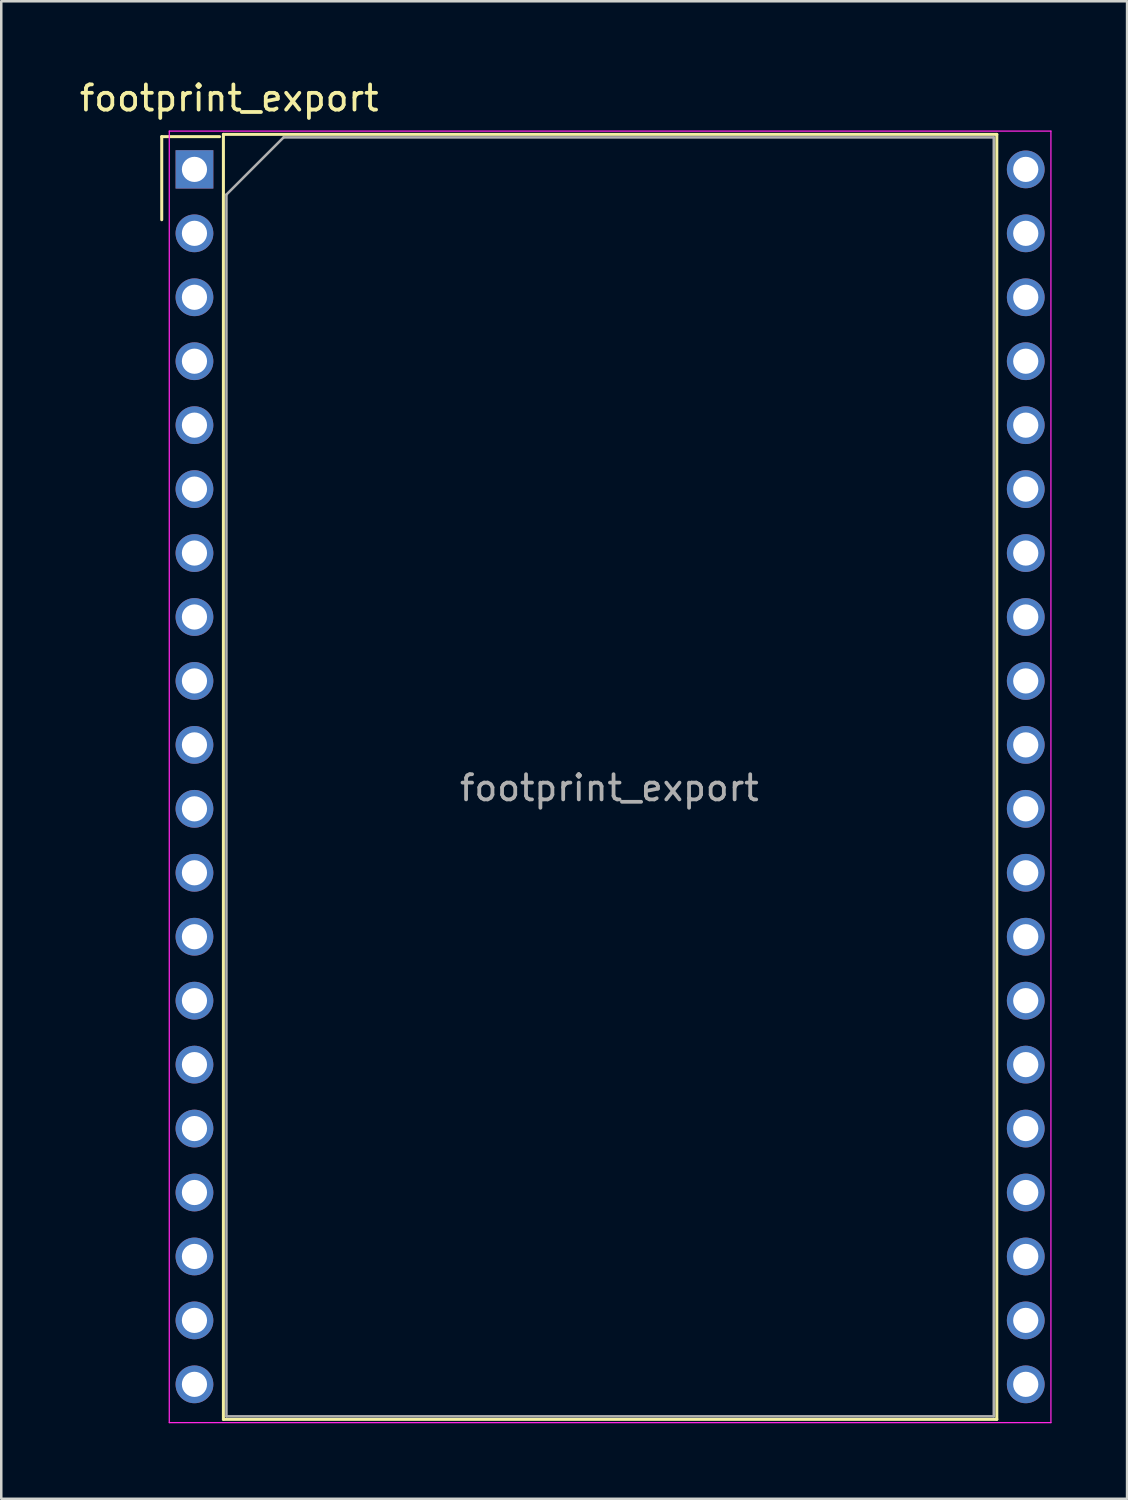
<source format=kicad_pcb>
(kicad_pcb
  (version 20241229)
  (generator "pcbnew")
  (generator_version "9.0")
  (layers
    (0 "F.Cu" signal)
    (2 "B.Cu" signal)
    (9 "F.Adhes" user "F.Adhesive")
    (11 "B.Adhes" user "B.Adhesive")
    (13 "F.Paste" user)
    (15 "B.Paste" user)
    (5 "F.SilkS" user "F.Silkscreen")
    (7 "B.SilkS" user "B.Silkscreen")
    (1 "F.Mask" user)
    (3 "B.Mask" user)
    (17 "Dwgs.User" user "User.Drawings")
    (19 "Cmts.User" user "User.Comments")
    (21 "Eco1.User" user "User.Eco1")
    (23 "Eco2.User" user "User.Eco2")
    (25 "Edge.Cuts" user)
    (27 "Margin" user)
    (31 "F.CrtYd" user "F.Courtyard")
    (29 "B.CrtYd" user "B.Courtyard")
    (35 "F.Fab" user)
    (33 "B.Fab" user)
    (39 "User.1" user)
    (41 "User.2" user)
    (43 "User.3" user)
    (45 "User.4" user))
  (footprint "footprint_export"
    (layer "F.Cu")
    (at 4.674 3.678)
    (property "Reference" "footprint_export" (at 1.38 -2.83 0) (layer "F.SilkS") (effects (font (size 1 1) (thickness 0.15))))
    (attr through_hole)
    (fp_line (start -1.3 -1.3) (end -1.3 2) (stroke (width 0.12) (type solid)) (layer "F.SilkS"))
    (fp_line (start -1.3 -1.3) (end 1 -1.3) (stroke (width 0.12) (type solid)) (layer "F.SilkS"))
    (fp_line (start 1.15 -1.39) (end 31.87 -1.39) (stroke (width 0.12) (type solid)) (layer "F.SilkS"))
    (fp_line (start 1.15 49.65) (end 1.15 -1.39) (stroke (width 0.12) (type solid)) (layer "F.SilkS"))
    (fp_line (start 31.87 -1.39) (end 31.87 49.65) (stroke (width 0.12) (type solid)) (layer "F.SilkS"))
    (fp_line (start 31.87 49.65) (end 1.15 49.65) (stroke (width 0.12) (type solid)) (layer "F.SilkS"))
    (fp_line (start -1 -1.52) (end 34.02 -1.52) (stroke (width 0.05) (type solid)) (layer "F.CrtYd"))
    (fp_line (start -1 49.78) (end -1 -1.52) (stroke (width 0.05) (type solid)) (layer "F.CrtYd"))
    (fp_line (start 34.02 -1.52) (end 34.02 49.78) (stroke (width 0.05) (type solid)) (layer "F.CrtYd"))
    (fp_line (start 34.02 49.78) (end -1 49.78) (stroke (width 0.05) (type solid)) (layer "F.CrtYd"))
    (fp_line (start 1.27 1) (end 3.54 -1.27) (stroke (width 0.1) (type solid)) (layer "F.Fab"))
    (fp_line (start 1.27 49.53) (end 1.27 1) (stroke (width 0.1) (type solid)) (layer "F.Fab"))
    (fp_line (start 3.54 -1.27) (end 31.75 -1.27) (stroke (width 0.1) (type solid)) (layer "F.Fab"))
    (fp_line (start 31.75 -1.27) (end 31.75 49.53) (stroke (width 0.1) (type solid)) (layer "F.Fab"))
    (fp_line (start 31.75 49.53) (end 1.27 49.53) (stroke (width 0.1) (type solid)) (layer "F.Fab"))
    (fp_text user "${REFERENCE}" (at 16.48 24.57 0) (layer "F.Fab") (effects (font (size 1 1) (thickness 0.15))))
    (pad "1" thru_hole rect (at 0 0) (size 1.5 1.524) (drill 1) (layers "*.Cu" "*.Mask"))
    (pad "2" thru_hole circle (at 0 2.54) (size 1.5 1.5) (drill 1) (layers "*.Cu" "*.Mask"))
    (pad "3" thru_hole circle (at 0 5.08) (size 1.5 1.5) (drill 1) (layers "*.Cu" "*.Mask"))
    (pad "4" thru_hole circle (at 0 7.62) (size 1.5 1.5) (drill 1) (layers "*.Cu" "*.Mask"))
    (pad "5" thru_hole circle (at 0 10.16) (size 1.5 1.5) (drill 1) (layers "*.Cu" "*.Mask"))
    (pad "6" thru_hole circle (at 0 12.7) (size 1.5 1.5) (drill 1) (layers "*.Cu" "*.Mask"))
    (pad "7" thru_hole circle (at 0 15.24) (size 1.5 1.5) (drill 1) (layers "*.Cu" "*.Mask"))
    (pad "8" thru_hole circle (at 0 17.78) (size 1.5 1.5) (drill 1) (layers "*.Cu" "*.Mask"))
    (pad "9" thru_hole circle (at 0 20.32) (size 1.5 1.5) (drill 1) (layers "*.Cu" "*.Mask"))
    (pad "10" thru_hole circle (at 0 22.86) (size 1.5 1.5) (drill 1) (layers "*.Cu" "*.Mask"))
    (pad "11" thru_hole circle (at 0 25.4) (size 1.5 1.5) (drill 1) (layers "*.Cu" "*.Mask"))
    (pad "12" thru_hole circle (at 0 27.94) (size 1.5 1.5) (drill 1) (layers "*.Cu" "*.Mask"))
    (pad "13" thru_hole circle (at 0 30.48) (size 1.5 1.5) (drill 1) (layers "*.Cu" "*.Mask"))
    (pad "14" thru_hole circle (at 0 33.02) (size 1.5 1.5) (drill 1) (layers "*.Cu" "*.Mask"))
    (pad "15" thru_hole circle (at 0 35.56) (size 1.5 1.5) (drill 1) (layers "*.Cu" "*.Mask"))
    (pad "16" thru_hole circle (at 0 38.1) (size 1.5 1.5) (drill 1) (layers "*.Cu" "*.Mask"))
    (pad "17" thru_hole circle (at 0 40.64) (size 1.5 1.5) (drill 1) (layers "*.Cu" "*.Mask"))
    (pad "18" thru_hole circle (at 0 43.18) (size 1.5 1.5) (drill 1) (layers "*.Cu" "*.Mask"))
    (pad "19" thru_hole circle (at 0 45.72) (size 1.5 1.5) (drill 1) (layers "*.Cu" "*.Mask"))
    (pad "20" thru_hole circle (at 0 48.26) (size 1.5 1.5) (drill 1) (layers "*.Cu" "*.Mask"))
    (pad "21" thru_hole circle (at 33.02 48.26) (size 1.5 1.5) (drill 1) (layers "*.Cu" "*.Mask"))
    (pad "22" thru_hole circle (at 33.02 45.72) (size 1.5 1.5) (drill 1) (layers "*.Cu" "*.Mask"))
    (pad "23" thru_hole circle (at 33.02 43.18) (size 1.5 1.5) (drill 1) (layers "*.Cu" "*.Mask"))
    (pad "24" thru_hole circle (at 33.02 40.64) (size 1.5 1.5) (drill 1) (layers "*.Cu" "*.Mask"))
    (pad "25" thru_hole circle (at 33.02 38.1) (size 1.5 1.5) (drill 1) (layers "*.Cu" "*.Mask"))
    (pad "26" thru_hole circle (at 33.02 35.56) (size 1.5 1.5) (drill 1) (layers "*.Cu" "*.Mask"))
    (pad "27" thru_hole circle (at 33.02 33.02) (size 1.5 1.5) (drill 1) (layers "*.Cu" "*.Mask"))
    (pad "28" thru_hole circle (at 33.02 30.48) (size 1.5 1.5) (drill 1) (layers "*.Cu" "*.Mask"))
    (pad "29" thru_hole circle (at 33.02 27.94) (size 1.5 1.5) (drill 1) (layers "*.Cu" "*.Mask"))
    (pad "30" thru_hole circle (at 33.02 25.4) (size 1.5 1.5) (drill 1) (layers "*.Cu" "*.Mask"))
    (pad "31" thru_hole circle (at 33.02 22.86) (size 1.5 1.5) (drill 1) (layers "*.Cu" "*.Mask"))
    (pad "32" thru_hole circle (at 33.02 20.32) (size 1.5 1.5) (drill 1) (layers "*.Cu" "*.Mask"))
    (pad "33" thru_hole circle (at 33.02 17.78) (size 1.5 1.5) (drill 1) (layers "*.Cu" "*.Mask"))
    (pad "34" thru_hole circle (at 33.02 15.24) (size 1.5 1.5) (drill 1) (layers "*.Cu" "*.Mask"))
    (pad "35" thru_hole circle (at 33.02 12.7) (size 1.5 1.5) (drill 1) (layers "*.Cu" "*.Mask"))
    (pad "36" thru_hole circle (at 33.02 10.16) (size 1.5 1.5) (drill 1) (layers "*.Cu" "*.Mask"))
    (pad "37" thru_hole circle (at 33.02 7.62) (size 1.5 1.5) (drill 1) (layers "*.Cu" "*.Mask"))
    (pad "38" thru_hole circle (at 33.02 5.08) (size 1.5 1.5) (drill 1) (layers "*.Cu" "*.Mask"))
    (pad "39" thru_hole circle (at 33.02 2.54) (size 1.5 1.5) (drill 1) (layers "*.Cu" "*.Mask"))
    (pad "40" thru_hole circle (at 33.02 0) (size 1.5 1.5) (drill 1) (layers "*.Cu" "*.Mask")))
  (gr_rect
    (start -3 -3)
    (end 41.719 56.483)
    (stroke (width 0.1) (type default))
    (fill no)
    (layer "Edge.Cuts")))
</source>
